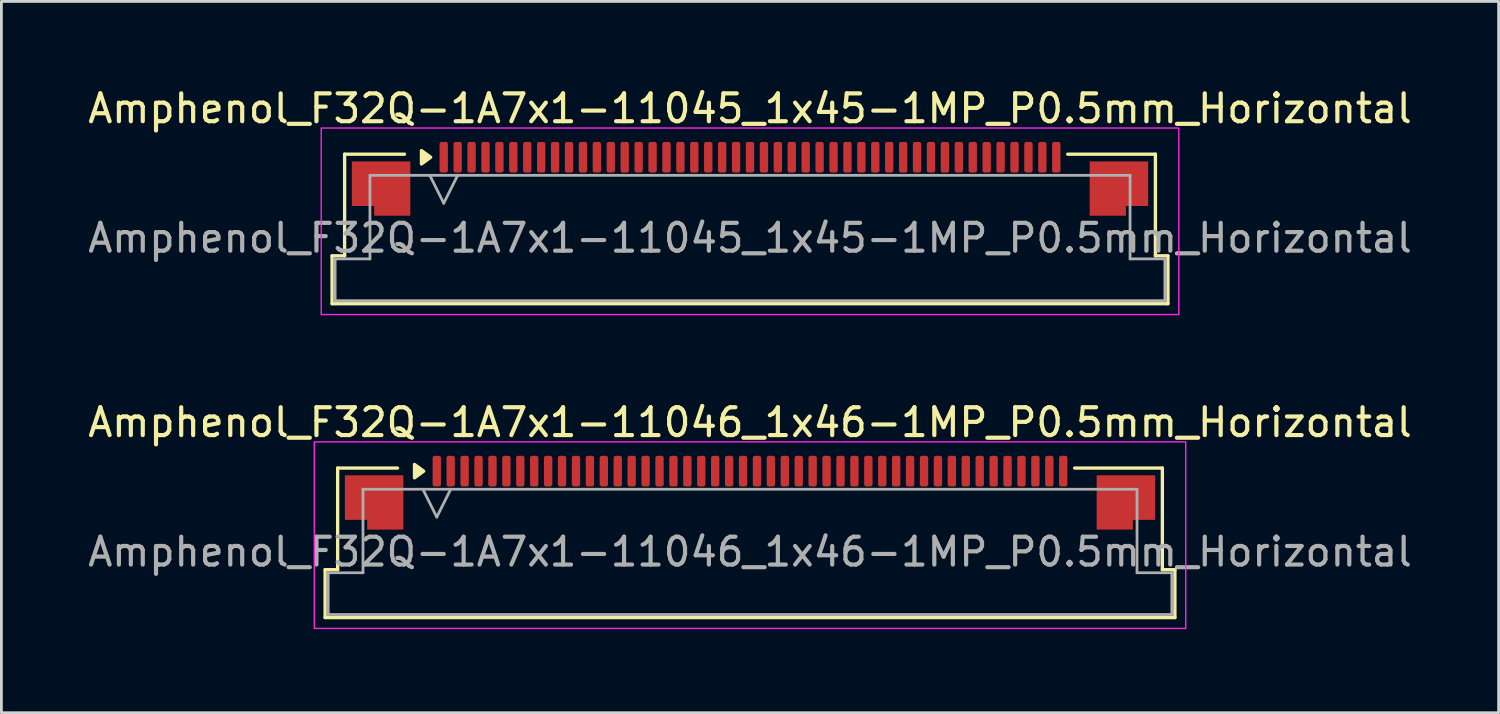
<source format=kicad_pcb>
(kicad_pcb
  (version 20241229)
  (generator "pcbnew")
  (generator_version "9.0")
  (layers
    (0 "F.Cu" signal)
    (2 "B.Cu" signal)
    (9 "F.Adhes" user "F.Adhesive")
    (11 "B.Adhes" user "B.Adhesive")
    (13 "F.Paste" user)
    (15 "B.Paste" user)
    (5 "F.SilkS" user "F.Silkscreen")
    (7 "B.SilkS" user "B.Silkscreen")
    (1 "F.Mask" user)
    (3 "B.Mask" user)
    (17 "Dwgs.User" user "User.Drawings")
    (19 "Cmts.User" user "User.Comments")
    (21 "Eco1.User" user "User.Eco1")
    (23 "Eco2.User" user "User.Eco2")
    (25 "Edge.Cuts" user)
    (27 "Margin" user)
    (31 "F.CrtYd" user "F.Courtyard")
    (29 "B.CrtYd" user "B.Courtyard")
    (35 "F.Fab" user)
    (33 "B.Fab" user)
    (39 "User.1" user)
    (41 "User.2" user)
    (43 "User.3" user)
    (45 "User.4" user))
  (footprint "Amphenol_F32Q-1A7x1-11046_1x46-1MP_P0.5mm_Horizontal"
    (layer "F.Cu")
    (at 23.887 16.771)
    (property "Reference" "Amphenol_F32Q-1A7x1-11046_1x46-1MP_P0.5mm_Horizontal" (at 0 -4.65 0) (layer "F.SilkS") (effects (font (size 1 1) (thickness 0.15))))
    (attr smd)
    (fp_line (start -15.26 0.64) (end -14.81 0.64) (stroke (width 0.12) (type solid)) (layer "F.SilkS"))
    (fp_line (start -15.26 2.36) (end -15.26 0.64) (stroke (width 0.12) (type solid)) (layer "F.SilkS"))
    (fp_line (start -14.81 -3.01) (end -12.66 -3.01) (stroke (width 0.12) (type solid)) (layer "F.SilkS"))
    (fp_line (start -14.81 0.64) (end -14.81 -3.01) (stroke (width 0.12) (type solid)) (layer "F.SilkS"))
    (fp_line (start 11.66 -3.01) (end 14.81 -3.01) (stroke (width 0.12) (type solid)) (layer "F.SilkS"))
    (fp_line (start 14.81 -3.01) (end 14.81 0.64) (stroke (width 0.12) (type solid)) (layer "F.SilkS"))
    (fp_line (start 14.81 0.64) (end 15.26 0.64) (stroke (width 0.12) (type solid)) (layer "F.SilkS"))
    (fp_line (start 15.26 0.64) (end 15.26 2.36) (stroke (width 0.12) (type solid)) (layer "F.SilkS"))
    (fp_line (start 15.26 2.36) (end -15.26 2.36) (stroke (width 0.12) (type solid)) (layer "F.SilkS"))
    (fp_poly (pts (xy -11.72 -2.9) (xy -12.05 -2.66) (xy -12.05 -3.14)) (stroke (width 0.12) (type solid)) (fill yes) (layer "F.SilkS"))
    (fp_rect (start -15.65 -3.95) (end 15.65 2.75) (stroke (width 0.05) (type solid)) (fill no) (layer "F.CrtYd"))
    (fp_line (start -15.15 0.75) (end -13.9 0.75) (stroke (width 0.1) (type solid)) (layer "F.Fab"))
    (fp_line (start -15.15 2.25) (end -15.15 0.75) (stroke (width 0.1) (type solid)) (layer "F.Fab"))
    (fp_line (start -13.9 -2.25) (end 13.9 -2.25) (stroke (width 0.1) (type solid)) (layer "F.Fab"))
    (fp_line (start -13.9 0.75) (end -13.9 -2.25) (stroke (width 0.1) (type solid)) (layer "F.Fab"))
    (fp_line (start -11.75 -2.25) (end -11.25 -1.25) (stroke (width 0.1) (type solid)) (layer "F.Fab"))
    (fp_line (start -11.25 -1.25) (end -10.75 -2.25) (stroke (width 0.1) (type solid)) (layer "F.Fab"))
    (fp_line (start 13.9 -2.25) (end 13.9 0.75) (stroke (width 0.1) (type solid)) (layer "F.Fab"))
    (fp_line (start 13.9 0.75) (end 15.15 0.75) (stroke (width 0.1) (type solid)) (layer "F.Fab"))
    (fp_line (start 15.15 0.75) (end 15.15 2.25) (stroke (width 0.1) (type solid)) (layer "F.Fab"))
    (fp_line (start 15.15 2.25) (end -15.15 2.25) (stroke (width 0.1) (type solid)) (layer "F.Fab"))
    (fp_text user "${REFERENCE}" (at 0 0 0) (layer "F.Fab") (effects (font (size 1 1) (thickness 0.15))))
    (pad "1" smd roundrect (at -11.25 -2.9) (size 0.3 1.1) (layers "F.Cu" "F.Mask" "F.Paste") (roundrect_rratio 0.25))
    (pad "2" smd roundrect (at -10.75 -2.9) (size 0.3 1.1) (layers "F.Cu" "F.Mask" "F.Paste") (roundrect_rratio 0.25))
    (pad "3" smd roundrect (at -10.25 -2.9) (size 0.3 1.1) (layers "F.Cu" "F.Mask" "F.Paste") (roundrect_rratio 0.25))
    (pad "4" smd roundrect (at -9.75 -2.9) (size 0.3 1.1) (layers "F.Cu" "F.Mask" "F.Paste") (roundrect_rratio 0.25))
    (pad "5" smd roundrect (at -9.25 -2.9) (size 0.3 1.1) (layers "F.Cu" "F.Mask" "F.Paste") (roundrect_rratio 0.25))
    (pad "6" smd roundrect (at -8.75 -2.9) (size 0.3 1.1) (layers "F.Cu" "F.Mask" "F.Paste") (roundrect_rratio 0.25))
    (pad "7" smd roundrect (at -8.25 -2.9) (size 0.3 1.1) (layers "F.Cu" "F.Mask" "F.Paste") (roundrect_rratio 0.25))
    (pad "8" smd roundrect (at -7.75 -2.9) (size 0.3 1.1) (layers "F.Cu" "F.Mask" "F.Paste") (roundrect_rratio 0.25))
    (pad "9" smd roundrect (at -7.25 -2.9) (size 0.3 1.1) (layers "F.Cu" "F.Mask" "F.Paste") (roundrect_rratio 0.25))
    (pad "10" smd roundrect (at -6.75 -2.9) (size 0.3 1.1) (layers "F.Cu" "F.Mask" "F.Paste") (roundrect_rratio 0.25))
    (pad "11" smd roundrect (at -6.25 -2.9) (size 0.3 1.1) (layers "F.Cu" "F.Mask" "F.Paste") (roundrect_rratio 0.25))
    (pad "12" smd roundrect (at -5.75 -2.9) (size 0.3 1.1) (layers "F.Cu" "F.Mask" "F.Paste") (roundrect_rratio 0.25))
    (pad "13" smd roundrect (at -5.25 -2.9) (size 0.3 1.1) (layers "F.Cu" "F.Mask" "F.Paste") (roundrect_rratio 0.25))
    (pad "14" smd roundrect (at -4.75 -2.9) (size 0.3 1.1) (layers "F.Cu" "F.Mask" "F.Paste") (roundrect_rratio 0.25))
    (pad "15" smd roundrect (at -4.25 -2.9) (size 0.3 1.1) (layers "F.Cu" "F.Mask" "F.Paste") (roundrect_rratio 0.25))
    (pad "16" smd roundrect (at -3.75 -2.9) (size 0.3 1.1) (layers "F.Cu" "F.Mask" "F.Paste") (roundrect_rratio 0.25))
    (pad "17" smd roundrect (at -3.25 -2.9) (size 0.3 1.1) (layers "F.Cu" "F.Mask" "F.Paste") (roundrect_rratio 0.25))
    (pad "18" smd roundrect (at -2.75 -2.9) (size 0.3 1.1) (layers "F.Cu" "F.Mask" "F.Paste") (roundrect_rratio 0.25))
    (pad "19" smd roundrect (at -2.25 -2.9) (size 0.3 1.1) (layers "F.Cu" "F.Mask" "F.Paste") (roundrect_rratio 0.25))
    (pad "20" smd roundrect (at -1.75 -2.9) (size 0.3 1.1) (layers "F.Cu" "F.Mask" "F.Paste") (roundrect_rratio 0.25))
    (pad "21" smd roundrect (at -1.25 -2.9) (size 0.3 1.1) (layers "F.Cu" "F.Mask" "F.Paste") (roundrect_rratio 0.25))
    (pad "22" smd roundrect (at -0.75 -2.9) (size 0.3 1.1) (layers "F.Cu" "F.Mask" "F.Paste") (roundrect_rratio 0.25))
    (pad "23" smd roundrect (at -0.25 -2.9) (size 0.3 1.1) (layers "F.Cu" "F.Mask" "F.Paste") (roundrect_rratio 0.25))
    (pad "24" smd roundrect (at 0.25 -2.9) (size 0.3 1.1) (layers "F.Cu" "F.Mask" "F.Paste") (roundrect_rratio 0.25))
    (pad "25" smd roundrect (at 0.75 -2.9) (size 0.3 1.1) (layers "F.Cu" "F.Mask" "F.Paste") (roundrect_rratio 0.25))
    (pad "26" smd roundrect (at 1.25 -2.9) (size 0.3 1.1) (layers "F.Cu" "F.Mask" "F.Paste") (roundrect_rratio 0.25))
    (pad "27" smd roundrect (at 1.75 -2.9) (size 0.3 1.1) (layers "F.Cu" "F.Mask" "F.Paste") (roundrect_rratio 0.25))
    (pad "28" smd roundrect (at 2.25 -2.9) (size 0.3 1.1) (layers "F.Cu" "F.Mask" "F.Paste") (roundrect_rratio 0.25))
    (pad "29" smd roundrect (at 2.75 -2.9) (size 0.3 1.1) (layers "F.Cu" "F.Mask" "F.Paste") (roundrect_rratio 0.25))
    (pad "30" smd roundrect (at 3.25 -2.9) (size 0.3 1.1) (layers "F.Cu" "F.Mask" "F.Paste") (roundrect_rratio 0.25))
    (pad "31" smd roundrect (at 3.75 -2.9) (size 0.3 1.1) (layers "F.Cu" "F.Mask" "F.Paste") (roundrect_rratio 0.25))
    (pad "32" smd roundrect (at 4.25 -2.9) (size 0.3 1.1) (layers "F.Cu" "F.Mask" "F.Paste") (roundrect_rratio 0.25))
    (pad "33" smd roundrect (at 4.75 -2.9) (size 0.3 1.1) (layers "F.Cu" "F.Mask" "F.Paste") (roundrect_rratio 0.25))
    (pad "34" smd roundrect (at 5.25 -2.9) (size 0.3 1.1) (layers "F.Cu" "F.Mask" "F.Paste") (roundrect_rratio 0.25))
    (pad "35" smd roundrect (at 5.75 -2.9) (size 0.3 1.1) (layers "F.Cu" "F.Mask" "F.Paste") (roundrect_rratio 0.25))
    (pad "36" smd roundrect (at 6.25 -2.9) (size 0.3 1.1) (layers "F.Cu" "F.Mask" "F.Paste") (roundrect_rratio 0.25))
    (pad "37" smd roundrect (at 6.75 -2.9) (size 0.3 1.1) (layers "F.Cu" "F.Mask" "F.Paste") (roundrect_rratio 0.25))
    (pad "38" smd roundrect (at 7.25 -2.9) (size 0.3 1.1) (layers "F.Cu" "F.Mask" "F.Paste") (roundrect_rratio 0.25))
    (pad "39" smd roundrect (at 7.75 -2.9) (size 0.3 1.1) (layers "F.Cu" "F.Mask" "F.Paste") (roundrect_rratio 0.25))
    (pad "40" smd roundrect (at 8.25 -2.9) (size 0.3 1.1) (layers "F.Cu" "F.Mask" "F.Paste") (roundrect_rratio 0.25))
    (pad "41" smd roundrect (at 8.75 -2.9) (size 0.3 1.1) (layers "F.Cu" "F.Mask" "F.Paste") (roundrect_rratio 0.25))
    (pad "42" smd roundrect (at 9.25 -2.9) (size 0.3 1.1) (layers "F.Cu" "F.Mask" "F.Paste") (roundrect_rratio 0.25))
    (pad "43" smd roundrect (at 9.75 -2.9) (size 0.3 1.1) (layers "F.Cu" "F.Mask" "F.Paste") (roundrect_rratio 0.25))
    (pad "44" smd roundrect (at 10.25 -2.9) (size 0.3 1.1) (layers "F.Cu" "F.Mask" "F.Paste") (roundrect_rratio 0.25))
    (pad "45" smd roundrect (at 10.75 -2.9) (size 0.3 1.1) (layers "F.Cu" "F.Mask" "F.Paste") (roundrect_rratio 0.25))
    (pad "46" smd roundrect (at 11.25 -2.9) (size 0.3 1.1) (layers "F.Cu" "F.Mask" "F.Paste") (roundrect_rratio 0.25))
    (pad "MP" smd custom (at -13.5 -1.775) (size 1 1) (layers "F.Cu" "F.Mask" "F.Paste") (options (anchor circle)) (primitives (gr_poly (pts (xy 1.05 -0.975) (xy 1.05 0.975) (xy -0.25 0.975) (xy -0.25 0.625) (xy -1.05 0.625) (xy -1.05 -0.975)) (width 0) (fill yes))))
    (pad "MP" smd custom (at 13.5 -1.775) (size 1 1) (layers "F.Cu" "F.Mask" "F.Paste") (options (anchor circle)) (primitives (gr_poly (pts (xy -1.05 -0.975) (xy -1.05 0.975) (xy 0.25 0.975) (xy 0.25 0.625) (xy 1.05 0.625) (xy 1.05 -0.975)) (width 0) (fill yes)))))
  (footprint "Amphenol_F32Q-1A7x1-11045_1x45-1MP_P0.5mm_Horizontal"
    (layer "F.Cu")
    (at 23.887 5.498)
    (property "Reference" "Amphenol_F32Q-1A7x1-11045_1x45-1MP_P0.5mm_Horizontal" (at 0 -4.65 0) (layer "F.SilkS") (effects (font (size 1 1) (thickness 0.15))))
    (attr smd)
    (fp_line (start -15.01 0.64) (end -14.56 0.64) (stroke (width 0.12) (type solid)) (layer "F.SilkS"))
    (fp_line (start -15.01 2.36) (end -15.01 0.64) (stroke (width 0.12) (type solid)) (layer "F.SilkS"))
    (fp_line (start -14.56 -3.01) (end -12.41 -3.01) (stroke (width 0.12) (type solid)) (layer "F.SilkS"))
    (fp_line (start -14.56 0.64) (end -14.56 -3.01) (stroke (width 0.12) (type solid)) (layer "F.SilkS"))
    (fp_line (start 11.41 -3.01) (end 14.56 -3.01) (stroke (width 0.12) (type solid)) (layer "F.SilkS"))
    (fp_line (start 14.56 -3.01) (end 14.56 0.64) (stroke (width 0.12) (type solid)) (layer "F.SilkS"))
    (fp_line (start 14.56 0.64) (end 15.01 0.64) (stroke (width 0.12) (type solid)) (layer "F.SilkS"))
    (fp_line (start 15.01 0.64) (end 15.01 2.36) (stroke (width 0.12) (type solid)) (layer "F.SilkS"))
    (fp_line (start 15.01 2.36) (end -15.01 2.36) (stroke (width 0.12) (type solid)) (layer "F.SilkS"))
    (fp_poly (pts (xy -11.47 -2.9) (xy -11.8 -2.66) (xy -11.8 -3.14)) (stroke (width 0.12) (type solid)) (fill yes) (layer "F.SilkS"))
    (fp_rect (start -15.4 -3.95) (end 15.4 2.75) (stroke (width 0.05) (type solid)) (fill no) (layer "F.CrtYd"))
    (fp_line (start -14.9 0.75) (end -13.65 0.75) (stroke (width 0.1) (type solid)) (layer "F.Fab"))
    (fp_line (start -14.9 2.25) (end -14.9 0.75) (stroke (width 0.1) (type solid)) (layer "F.Fab"))
    (fp_line (start -13.65 -2.25) (end 13.65 -2.25) (stroke (width 0.1) (type solid)) (layer "F.Fab"))
    (fp_line (start -13.65 0.75) (end -13.65 -2.25) (stroke (width 0.1) (type solid)) (layer "F.Fab"))
    (fp_line (start -11.5 -2.25) (end -11 -1.25) (stroke (width 0.1) (type solid)) (layer "F.Fab"))
    (fp_line (start -11 -1.25) (end -10.5 -2.25) (stroke (width 0.1) (type solid)) (layer "F.Fab"))
    (fp_line (start 13.65 -2.25) (end 13.65 0.75) (stroke (width 0.1) (type solid)) (layer "F.Fab"))
    (fp_line (start 13.65 0.75) (end 14.9 0.75) (stroke (width 0.1) (type solid)) (layer "F.Fab"))
    (fp_line (start 14.9 0.75) (end 14.9 2.25) (stroke (width 0.1) (type solid)) (layer "F.Fab"))
    (fp_line (start 14.9 2.25) (end -14.9 2.25) (stroke (width 0.1) (type solid)) (layer "F.Fab"))
    (fp_text user "${REFERENCE}" (at 0 0 0) (layer "F.Fab") (effects (font (size 1 1) (thickness 0.15))))
    (pad "1" smd roundrect (at -11 -2.9) (size 0.3 1.1) (layers "F.Cu" "F.Mask" "F.Paste") (roundrect_rratio 0.25))
    (pad "2" smd roundrect (at -10.5 -2.9) (size 0.3 1.1) (layers "F.Cu" "F.Mask" "F.Paste") (roundrect_rratio 0.25))
    (pad "3" smd roundrect (at -10 -2.9) (size 0.3 1.1) (layers "F.Cu" "F.Mask" "F.Paste") (roundrect_rratio 0.25))
    (pad "4" smd roundrect (at -9.5 -2.9) (size 0.3 1.1) (layers "F.Cu" "F.Mask" "F.Paste") (roundrect_rratio 0.25))
    (pad "5" smd roundrect (at -9 -2.9) (size 0.3 1.1) (layers "F.Cu" "F.Mask" "F.Paste") (roundrect_rratio 0.25))
    (pad "6" smd roundrect (at -8.5 -2.9) (size 0.3 1.1) (layers "F.Cu" "F.Mask" "F.Paste") (roundrect_rratio 0.25))
    (pad "7" smd roundrect (at -8 -2.9) (size 0.3 1.1) (layers "F.Cu" "F.Mask" "F.Paste") (roundrect_rratio 0.25))
    (pad "8" smd roundrect (at -7.5 -2.9) (size 0.3 1.1) (layers "F.Cu" "F.Mask" "F.Paste") (roundrect_rratio 0.25))
    (pad "9" smd roundrect (at -7 -2.9) (size 0.3 1.1) (layers "F.Cu" "F.Mask" "F.Paste") (roundrect_rratio 0.25))
    (pad "10" smd roundrect (at -6.5 -2.9) (size 0.3 1.1) (layers "F.Cu" "F.Mask" "F.Paste") (roundrect_rratio 0.25))
    (pad "11" smd roundrect (at -6 -2.9) (size 0.3 1.1) (layers "F.Cu" "F.Mask" "F.Paste") (roundrect_rratio 0.25))
    (pad "12" smd roundrect (at -5.5 -2.9) (size 0.3 1.1) (layers "F.Cu" "F.Mask" "F.Paste") (roundrect_rratio 0.25))
    (pad "13" smd roundrect (at -5 -2.9) (size 0.3 1.1) (layers "F.Cu" "F.Mask" "F.Paste") (roundrect_rratio 0.25))
    (pad "14" smd roundrect (at -4.5 -2.9) (size 0.3 1.1) (layers "F.Cu" "F.Mask" "F.Paste") (roundrect_rratio 0.25))
    (pad "15" smd roundrect (at -4 -2.9) (size 0.3 1.1) (layers "F.Cu" "F.Mask" "F.Paste") (roundrect_rratio 0.25))
    (pad "16" smd roundrect (at -3.5 -2.9) (size 0.3 1.1) (layers "F.Cu" "F.Mask" "F.Paste") (roundrect_rratio 0.25))
    (pad "17" smd roundrect (at -3 -2.9) (size 0.3 1.1) (layers "F.Cu" "F.Mask" "F.Paste") (roundrect_rratio 0.25))
    (pad "18" smd roundrect (at -2.5 -2.9) (size 0.3 1.1) (layers "F.Cu" "F.Mask" "F.Paste") (roundrect_rratio 0.25))
    (pad "19" smd roundrect (at -2 -2.9) (size 0.3 1.1) (layers "F.Cu" "F.Mask" "F.Paste") (roundrect_rratio 0.25))
    (pad "20" smd roundrect (at -1.5 -2.9) (size 0.3 1.1) (layers "F.Cu" "F.Mask" "F.Paste") (roundrect_rratio 0.25))
    (pad "21" smd roundrect (at -1 -2.9) (size 0.3 1.1) (layers "F.Cu" "F.Mask" "F.Paste") (roundrect_rratio 0.25))
    (pad "22" smd roundrect (at -0.5 -2.9) (size 0.3 1.1) (layers "F.Cu" "F.Mask" "F.Paste") (roundrect_rratio 0.25))
    (pad "23" smd roundrect (at 0 -2.9) (size 0.3 1.1) (layers "F.Cu" "F.Mask" "F.Paste") (roundrect_rratio 0.25))
    (pad "24" smd roundrect (at 0.5 -2.9) (size 0.3 1.1) (layers "F.Cu" "F.Mask" "F.Paste") (roundrect_rratio 0.25))
    (pad "25" smd roundrect (at 1 -2.9) (size 0.3 1.1) (layers "F.Cu" "F.Mask" "F.Paste") (roundrect_rratio 0.25))
    (pad "26" smd roundrect (at 1.5 -2.9) (size 0.3 1.1) (layers "F.Cu" "F.Mask" "F.Paste") (roundrect_rratio 0.25))
    (pad "27" smd roundrect (at 2 -2.9) (size 0.3 1.1) (layers "F.Cu" "F.Mask" "F.Paste") (roundrect_rratio 0.25))
    (pad "28" smd roundrect (at 2.5 -2.9) (size 0.3 1.1) (layers "F.Cu" "F.Mask" "F.Paste") (roundrect_rratio 0.25))
    (pad "29" smd roundrect (at 3 -2.9) (size 0.3 1.1) (layers "F.Cu" "F.Mask" "F.Paste") (roundrect_rratio 0.25))
    (pad "30" smd roundrect (at 3.5 -2.9) (size 0.3 1.1) (layers "F.Cu" "F.Mask" "F.Paste") (roundrect_rratio 0.25))
    (pad "31" smd roundrect (at 4 -2.9) (size 0.3 1.1) (layers "F.Cu" "F.Mask" "F.Paste") (roundrect_rratio 0.25))
    (pad "32" smd roundrect (at 4.5 -2.9) (size 0.3 1.1) (layers "F.Cu" "F.Mask" "F.Paste") (roundrect_rratio 0.25))
    (pad "33" smd roundrect (at 5 -2.9) (size 0.3 1.1) (layers "F.Cu" "F.Mask" "F.Paste") (roundrect_rratio 0.25))
    (pad "34" smd roundrect (at 5.5 -2.9) (size 0.3 1.1) (layers "F.Cu" "F.Mask" "F.Paste") (roundrect_rratio 0.25))
    (pad "35" smd roundrect (at 6 -2.9) (size 0.3 1.1) (layers "F.Cu" "F.Mask" "F.Paste") (roundrect_rratio 0.25))
    (pad "36" smd roundrect (at 6.5 -2.9) (size 0.3 1.1) (layers "F.Cu" "F.Mask" "F.Paste") (roundrect_rratio 0.25))
    (pad "37" smd roundrect (at 7 -2.9) (size 0.3 1.1) (layers "F.Cu" "F.Mask" "F.Paste") (roundrect_rratio 0.25))
    (pad "38" smd roundrect (at 7.5 -2.9) (size 0.3 1.1) (layers "F.Cu" "F.Mask" "F.Paste") (roundrect_rratio 0.25))
    (pad "39" smd roundrect (at 8 -2.9) (size 0.3 1.1) (layers "F.Cu" "F.Mask" "F.Paste") (roundrect_rratio 0.25))
    (pad "40" smd roundrect (at 8.5 -2.9) (size 0.3 1.1) (layers "F.Cu" "F.Mask" "F.Paste") (roundrect_rratio 0.25))
    (pad "41" smd roundrect (at 9 -2.9) (size 0.3 1.1) (layers "F.Cu" "F.Mask" "F.Paste") (roundrect_rratio 0.25))
    (pad "42" smd roundrect (at 9.5 -2.9) (size 0.3 1.1) (layers "F.Cu" "F.Mask" "F.Paste") (roundrect_rratio 0.25))
    (pad "43" smd roundrect (at 10 -2.9) (size 0.3 1.1) (layers "F.Cu" "F.Mask" "F.Paste") (roundrect_rratio 0.25))
    (pad "44" smd roundrect (at 10.5 -2.9) (size 0.3 1.1) (layers "F.Cu" "F.Mask" "F.Paste") (roundrect_rratio 0.25))
    (pad "45" smd roundrect (at 11 -2.9) (size 0.3 1.1) (layers "F.Cu" "F.Mask" "F.Paste") (roundrect_rratio 0.25))
    (pad "MP" smd custom (at -13.25 -1.775) (size 1 1) (layers "F.Cu" "F.Mask" "F.Paste") (options (anchor circle)) (primitives (gr_poly (pts (xy 1.05 -0.975) (xy 1.05 0.975) (xy -0.25 0.975) (xy -0.25 0.625) (xy -1.05 0.625) (xy -1.05 -0.975)) (width 0) (fill yes))))
    (pad "MP" smd custom (at 13.25 -1.775) (size 1 1) (layers "F.Cu" "F.Mask" "F.Paste") (options (anchor circle)) (primitives (gr_poly (pts (xy -1.05 -0.975) (xy -1.05 0.975) (xy 0.25 0.975) (xy 0.25 0.625) (xy 1.05 0.625) (xy 1.05 -0.975)) (width 0) (fill yes)))))
  (gr_rect
    (start -3 -3)
    (end 50.774 22.547)
    (stroke (width 0.1) (type default))
    (fill no)
    (layer "Edge.Cuts")))
</source>
